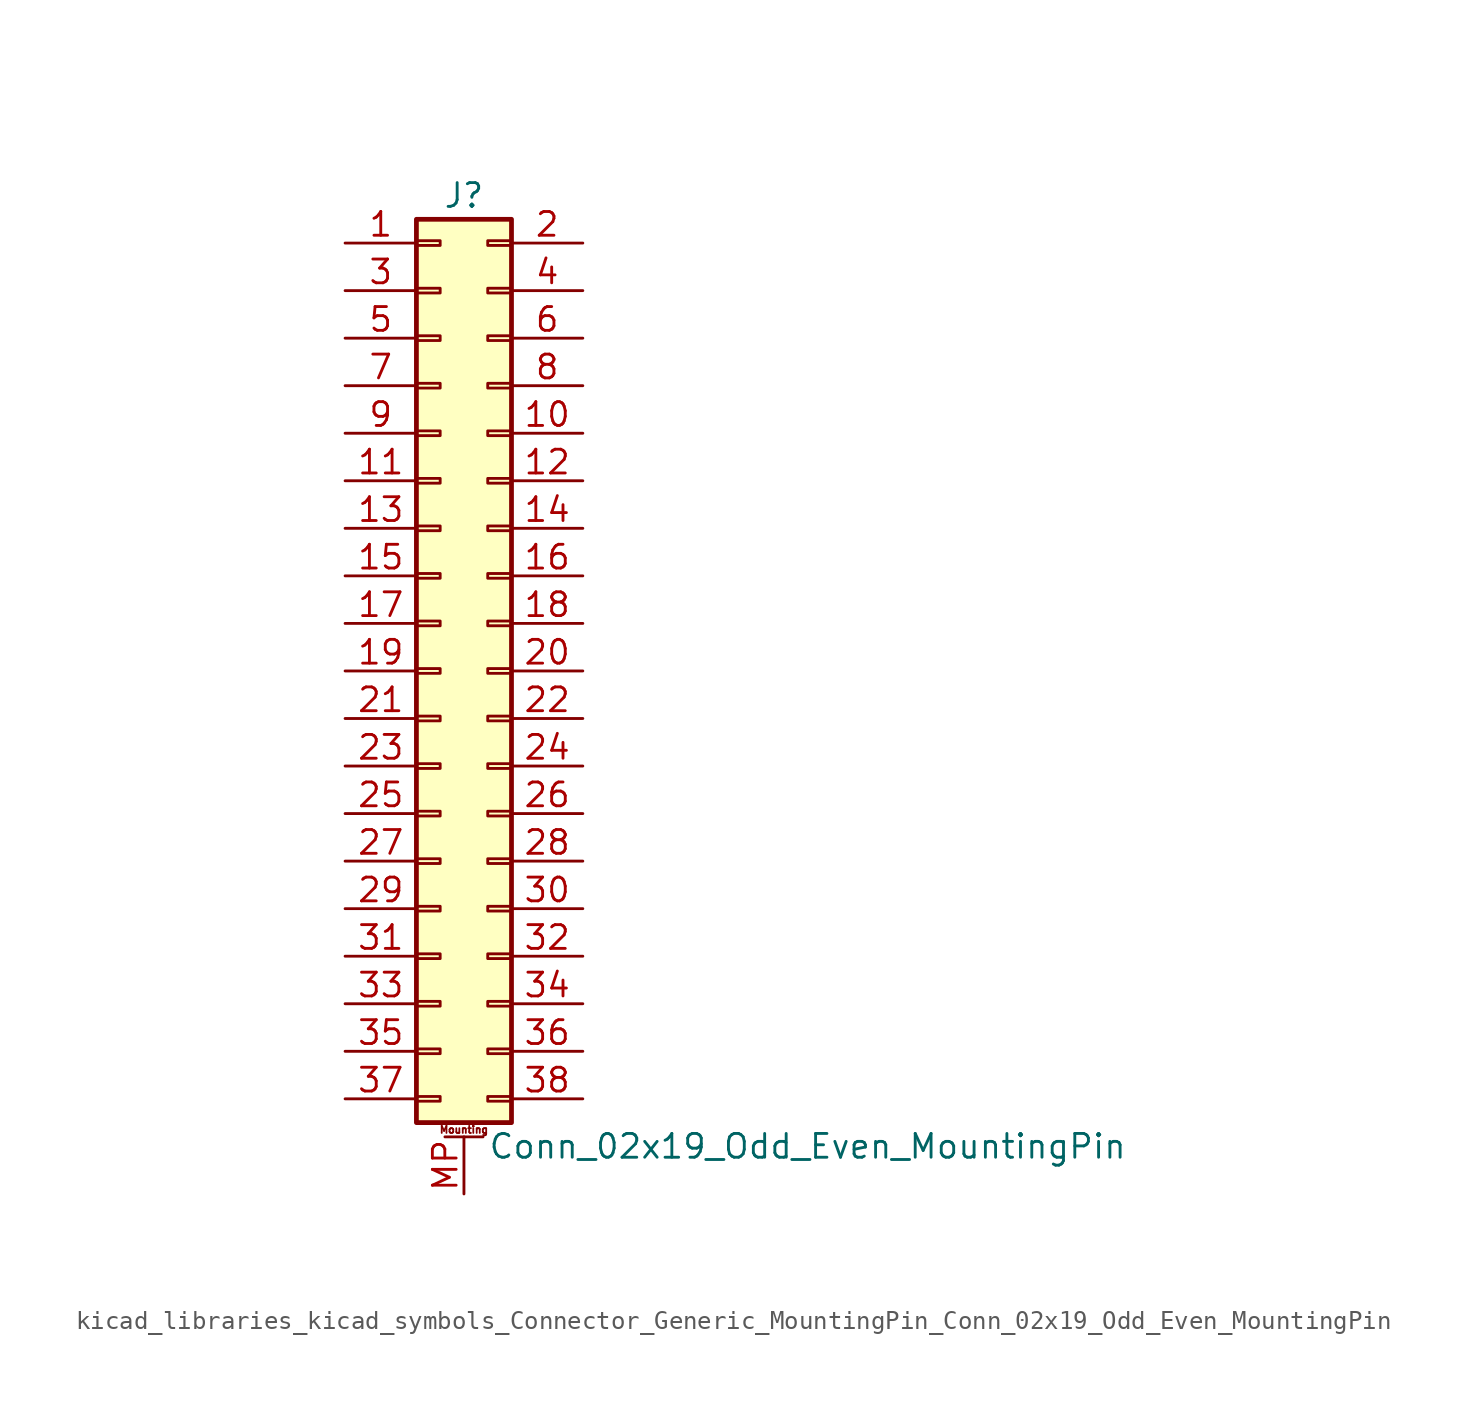
<source format=kicad_sym>
(kicad_symbol_lib
  (version 20220914)
  (generator kicad_symbol_editor)
  (symbol "kicad_libraries_kicad_symbols_Connector_Generic_MountingPin_Conn_02x19_Odd_Even_MountingPin"
    (pin_names
      (offset 1.016) hide)
    (property "Reference" "J"
      (at 1.27 25.4 0)
      (effects (font (size 1.27 1.27))))
    (property "Value" "Conn_02x19_Odd_Even_MountingPin"
      (at 2.54 -25.4 0)
      (effects (font (size 1.27 1.27)) (justify left)))
    (symbol "kicad_libraries_kicad_symbols_Connector_Generic_MountingPin_Conn_02x19_Odd_Even_MountingPin_1_1"
      (rectangle (start -1.27 -22.733) (end 0 -22.987) (stroke (width 0.152) (type default)) (fill (type none)))
      (rectangle (start -1.27 -20.193) (end 0 -20.447) (stroke (width 0.152) (type default)) (fill (type none)))
      (rectangle (start -1.27 -17.653) (end 0 -17.907) (stroke (width 0.152) (type default)) (fill (type none)))
      (rectangle (start -1.27 -15.113) (end 0 -15.367) (stroke (width 0.152) (type default)) (fill (type none)))
      (rectangle (start -1.27 -12.573) (end 0 -12.827) (stroke (width 0.152) (type default)) (fill (type none)))
      (rectangle (start -1.27 -10.033) (end 0 -10.287) (stroke (width 0.152) (type default)) (fill (type none)))
      (rectangle (start -1.27 -7.493) (end 0 -7.747) (stroke (width 0.152) (type default)) (fill (type none)))
      (rectangle (start -1.27 -4.953) (end 0 -5.207) (stroke (width 0.152) (type default)) (fill (type none)))
      (rectangle (start -1.27 -2.413) (end 0 -2.667) (stroke (width 0.152) (type default)) (fill (type none)))
      (rectangle (start -1.27 0.127) (end 0 -0.127) (stroke (width 0.152) (type default)) (fill (type none)))
      (rectangle (start -1.27 2.667) (end 0 2.413) (stroke (width 0.152) (type default)) (fill (type none)))
      (rectangle (start -1.27 5.207) (end 0 4.953) (stroke (width 0.152) (type default)) (fill (type none)))
      (rectangle (start -1.27 7.747) (end 0 7.493) (stroke (width 0.152) (type default)) (fill (type none)))
      (rectangle (start -1.27 10.287) (end 0 10.033) (stroke (width 0.152) (type default)) (fill (type none)))
      (rectangle (start -1.27 12.827) (end 0 12.573) (stroke (width 0.152) (type default)) (fill (type none)))
      (rectangle (start -1.27 15.367) (end 0 15.113) (stroke (width 0.152) (type default)) (fill (type none)))
      (rectangle (start -1.27 17.907) (end 0 17.653) (stroke (width 0.152) (type default)) (fill (type none)))
      (rectangle (start -1.27 20.447) (end 0 20.193) (stroke (width 0.152) (type default)) (fill (type none)))
      (rectangle (start -1.27 22.987) (end 0 22.733) (stroke (width 0.152) (type default)) (fill (type none)))
      (rectangle (start -1.27 24.13) (end 3.81 -24.13) (stroke (width 0.254) (type default)) (fill (type background)))
      (polyline (pts (xy 0.254 -24.892) (xy 2.286 -24.892)) (stroke (width 0.152) (type default)) (fill (type none)))
      (rectangle (start 3.81 -22.733) (end 2.54 -22.987) (stroke (width 0.152) (type default)) (fill (type none)))
      (rectangle (start 3.81 -20.193) (end 2.54 -20.447) (stroke (width 0.152) (type default)) (fill (type none)))
      (rectangle (start 3.81 -17.653) (end 2.54 -17.907) (stroke (width 0.152) (type default)) (fill (type none)))
      (rectangle (start 3.81 -15.113) (end 2.54 -15.367) (stroke (width 0.152) (type default)) (fill (type none)))
      (rectangle (start 3.81 -12.573) (end 2.54 -12.827) (stroke (width 0.152) (type default)) (fill (type none)))
      (rectangle (start 3.81 -10.033) (end 2.54 -10.287) (stroke (width 0.152) (type default)) (fill (type none)))
      (rectangle (start 3.81 -7.493) (end 2.54 -7.747) (stroke (width 0.152) (type default)) (fill (type none)))
      (rectangle (start 3.81 -4.953) (end 2.54 -5.207) (stroke (width 0.152) (type default)) (fill (type none)))
      (rectangle (start 3.81 -2.413) (end 2.54 -2.667) (stroke (width 0.152) (type default)) (fill (type none)))
      (rectangle (start 3.81 0.127) (end 2.54 -0.127) (stroke (width 0.152) (type default)) (fill (type none)))
      (rectangle (start 3.81 2.667) (end 2.54 2.413) (stroke (width 0.152) (type default)) (fill (type none)))
      (rectangle (start 3.81 5.207) (end 2.54 4.953) (stroke (width 0.152) (type default)) (fill (type none)))
      (rectangle (start 3.81 7.747) (end 2.54 7.493) (stroke (width 0.152) (type default)) (fill (type none)))
      (rectangle (start 3.81 10.287) (end 2.54 10.033) (stroke (width 0.152) (type default)) (fill (type none)))
      (rectangle (start 3.81 12.827) (end 2.54 12.573) (stroke (width 0.152) (type default)) (fill (type none)))
      (rectangle (start 3.81 15.367) (end 2.54 15.113) (stroke (width 0.152) (type default)) (fill (type none)))
      (rectangle (start 3.81 17.907) (end 2.54 17.653) (stroke (width 0.152) (type default)) (fill (type none)))
      (rectangle (start 3.81 20.447) (end 2.54 20.193) (stroke (width 0.152) (type default)) (fill (type none)))
      (rectangle (start 3.81 22.987) (end 2.54 22.733) (stroke (width 0.152) (type default)) (fill (type none)))
      (text "Mounting" (at 1.27 -24.511 0) (effects (font (size 0.381 0.381))))
      (pin passive line (at -5.08 22.86 0) (length 3.81) (name "Pin_1" (effects (font (size 1.27 1.27)))) (number "1" (effects (font (size 1.27 1.27)))))
      (pin passive line (at 7.62 12.7 180) (length 3.81) (name "Pin_10" (effects (font (size 1.27 1.27)))) (number "10" (effects (font (size 1.27 1.27)))))
      (pin passive line (at -5.08 10.16 0) (length 3.81) (name "Pin_11" (effects (font (size 1.27 1.27)))) (number "11" (effects (font (size 1.27 1.27)))))
      (pin passive line (at 7.62 10.16 180) (length 3.81) (name "Pin_12" (effects (font (size 1.27 1.27)))) (number "12" (effects (font (size 1.27 1.27)))))
      (pin passive line (at -5.08 7.62 0) (length 3.81) (name "Pin_13" (effects (font (size 1.27 1.27)))) (number "13" (effects (font (size 1.27 1.27)))))
      (pin passive line (at 7.62 7.62 180) (length 3.81) (name "Pin_14" (effects (font (size 1.27 1.27)))) (number "14" (effects (font (size 1.27 1.27)))))
      (pin passive line (at -5.08 5.08 0) (length 3.81) (name "Pin_15" (effects (font (size 1.27 1.27)))) (number "15" (effects (font (size 1.27 1.27)))))
      (pin passive line (at 7.62 5.08 180) (length 3.81) (name "Pin_16" (effects (font (size 1.27 1.27)))) (number "16" (effects (font (size 1.27 1.27)))))
      (pin passive line (at -5.08 2.54 0) (length 3.81) (name "Pin_17" (effects (font (size 1.27 1.27)))) (number "17" (effects (font (size 1.27 1.27)))))
      (pin passive line (at 7.62 2.54 180) (length 3.81) (name "Pin_18" (effects (font (size 1.27 1.27)))) (number "18" (effects (font (size 1.27 1.27)))))
      (pin passive line (at -5.08 0 0) (length 3.81) (name "Pin_19" (effects (font (size 1.27 1.27)))) (number "19" (effects (font (size 1.27 1.27)))))
      (pin passive line (at 7.62 22.86 180) (length 3.81) (name "Pin_2" (effects (font (size 1.27 1.27)))) (number "2" (effects (font (size 1.27 1.27)))))
      (pin passive line (at 7.62 0 180) (length 3.81) (name "Pin_20" (effects (font (size 1.27 1.27)))) (number "20" (effects (font (size 1.27 1.27)))))
      (pin passive line (at -5.08 -2.54 0) (length 3.81) (name "Pin_21" (effects (font (size 1.27 1.27)))) (number "21" (effects (font (size 1.27 1.27)))))
      (pin passive line (at 7.62 -2.54 180) (length 3.81) (name "Pin_22" (effects (font (size 1.27 1.27)))) (number "22" (effects (font (size 1.27 1.27)))))
      (pin passive line (at -5.08 -5.08 0) (length 3.81) (name "Pin_23" (effects (font (size 1.27 1.27)))) (number "23" (effects (font (size 1.27 1.27)))))
      (pin passive line (at 7.62 -5.08 180) (length 3.81) (name "Pin_24" (effects (font (size 1.27 1.27)))) (number "24" (effects (font (size 1.27 1.27)))))
      (pin passive line (at -5.08 -7.62 0) (length 3.81) (name "Pin_25" (effects (font (size 1.27 1.27)))) (number "25" (effects (font (size 1.27 1.27)))))
      (pin passive line (at 7.62 -7.62 180) (length 3.81) (name "Pin_26" (effects (font (size 1.27 1.27)))) (number "26" (effects (font (size 1.27 1.27)))))
      (pin passive line (at -5.08 -10.16 0) (length 3.81) (name "Pin_27" (effects (font (size 1.27 1.27)))) (number "27" (effects (font (size 1.27 1.27)))))
      (pin passive line (at 7.62 -10.16 180) (length 3.81) (name "Pin_28" (effects (font (size 1.27 1.27)))) (number "28" (effects (font (size 1.27 1.27)))))
      (pin passive line (at -5.08 -12.7 0) (length 3.81) (name "Pin_29" (effects (font (size 1.27 1.27)))) (number "29" (effects (font (size 1.27 1.27)))))
      (pin passive line (at -5.08 20.32 0) (length 3.81) (name "Pin_3" (effects (font (size 1.27 1.27)))) (number "3" (effects (font (size 1.27 1.27)))))
      (pin passive line (at 7.62 -12.7 180) (length 3.81) (name "Pin_30" (effects (font (size 1.27 1.27)))) (number "30" (effects (font (size 1.27 1.27)))))
      (pin passive line (at -5.08 -15.24 0) (length 3.81) (name "Pin_31" (effects (font (size 1.27 1.27)))) (number "31" (effects (font (size 1.27 1.27)))))
      (pin passive line (at 7.62 -15.24 180) (length 3.81) (name "Pin_32" (effects (font (size 1.27 1.27)))) (number "32" (effects (font (size 1.27 1.27)))))
      (pin passive line (at -5.08 -17.78 0) (length 3.81) (name "Pin_33" (effects (font (size 1.27 1.27)))) (number "33" (effects (font (size 1.27 1.27)))))
      (pin passive line (at 7.62 -17.78 180) (length 3.81) (name "Pin_34" (effects (font (size 1.27 1.27)))) (number "34" (effects (font (size 1.27 1.27)))))
      (pin passive line (at -5.08 -20.32 0) (length 3.81) (name "Pin_35" (effects (font (size 1.27 1.27)))) (number "35" (effects (font (size 1.27 1.27)))))
      (pin passive line (at 7.62 -20.32 180) (length 3.81) (name "Pin_36" (effects (font (size 1.27 1.27)))) (number "36" (effects (font (size 1.27 1.27)))))
      (pin passive line (at -5.08 -22.86 0) (length 3.81) (name "Pin_37" (effects (font (size 1.27 1.27)))) (number "37" (effects (font (size 1.27 1.27)))))
      (pin passive line (at 7.62 -22.86 180) (length 3.81) (name "Pin_38" (effects (font (size 1.27 1.27)))) (number "38" (effects (font (size 1.27 1.27)))))
      (pin passive line (at 7.62 20.32 180) (length 3.81) (name "Pin_4" (effects (font (size 1.27 1.27)))) (number "4" (effects (font (size 1.27 1.27)))))
      (pin passive line (at -5.08 17.78 0) (length 3.81) (name "Pin_5" (effects (font (size 1.27 1.27)))) (number "5" (effects (font (size 1.27 1.27)))))
      (pin passive line (at 7.62 17.78 180) (length 3.81) (name "Pin_6" (effects (font (size 1.27 1.27)))) (number "6" (effects (font (size 1.27 1.27)))))
      (pin passive line (at -5.08 15.24 0) (length 3.81) (name "Pin_7" (effects (font (size 1.27 1.27)))) (number "7" (effects (font (size 1.27 1.27)))))
      (pin passive line (at 7.62 15.24 180) (length 3.81) (name "Pin_8" (effects (font (size 1.27 1.27)))) (number "8" (effects (font (size 1.27 1.27)))))
      (pin passive line (at -5.08 12.7 0) (length 3.81) (name "Pin_9" (effects (font (size 1.27 1.27)))) (number "9" (effects (font (size 1.27 1.27)))))
      (pin passive line (at 1.27 -27.94 90) (length 3.048) (name "MountPin" (effects (font (size 1.27 1.27)))) (number "MP" (effects (font (size 1.27 1.27))))))))
</source>
